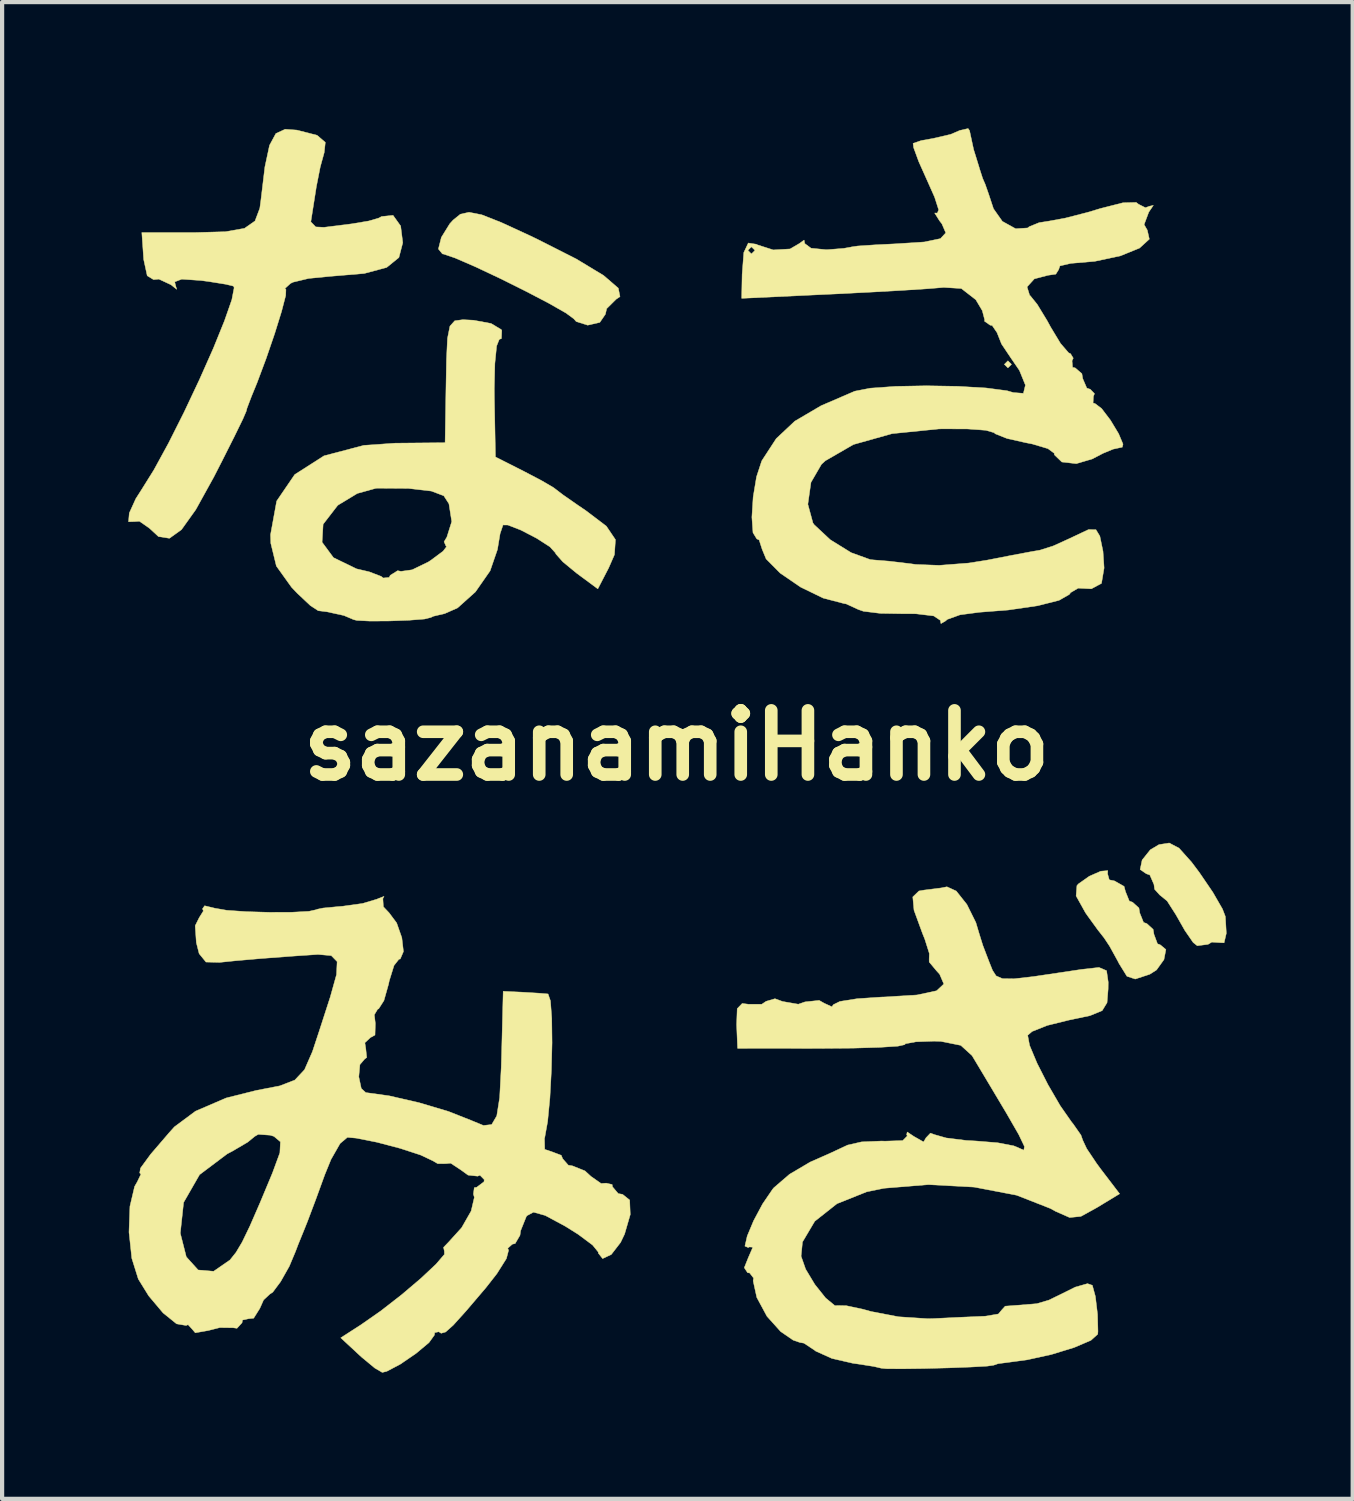
<source format=kicad_pcb>
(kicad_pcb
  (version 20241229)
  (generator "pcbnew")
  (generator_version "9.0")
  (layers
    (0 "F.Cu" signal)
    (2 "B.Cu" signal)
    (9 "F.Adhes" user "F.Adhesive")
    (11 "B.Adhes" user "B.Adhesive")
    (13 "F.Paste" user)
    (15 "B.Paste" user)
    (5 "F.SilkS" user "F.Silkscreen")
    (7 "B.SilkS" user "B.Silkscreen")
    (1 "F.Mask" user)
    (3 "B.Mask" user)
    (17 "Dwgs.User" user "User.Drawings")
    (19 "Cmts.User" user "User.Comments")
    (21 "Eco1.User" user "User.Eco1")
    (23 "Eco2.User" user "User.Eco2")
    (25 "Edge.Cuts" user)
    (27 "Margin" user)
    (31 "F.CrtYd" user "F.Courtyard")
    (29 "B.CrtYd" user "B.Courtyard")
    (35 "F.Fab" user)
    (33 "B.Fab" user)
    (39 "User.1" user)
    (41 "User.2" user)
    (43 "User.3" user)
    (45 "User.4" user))
  (footprint "sazanamiHanko"
    (layer "F.Cu")
    (at 13.032 14.669)
    (property "Reference" "sazanamiHanko" (at 0 0 0) (layer "F.SilkS") (effects (font (size 1.524 1.524) (thickness 0.3))))
    (attr through_hole)
    (fp_poly (pts (xy 7.959 -9.059) (xy 7.874 -8.975) (xy 7.789 -9.059) (xy 7.874 -9.144) (xy 7.959 -9.059)) (stroke (width 0.01) (type solid)) (fill yes) (layer "F.SilkS"))
    (fp_poly (pts (xy 11.941 2.439) (xy 12.24 2.773) (xy 12.421 3.014) (xy 12.746 3.491) (xy 12.974 3.887) (xy 13.042 4.064) (xy 13.065 4.464) (xy 13.012 4.69) (xy 12.927 4.686) (xy 12.719 4.673) (xy 12.631 4.726) (xy 12.374 4.759) (xy 12.277 4.682) (xy 12.079 4.395) (xy 11.867 4.022) (xy 11.658 3.695) (xy 11.488 3.556) (xy 11.486 3.556) (xy 11.361 3.418) (xy 11.345 3.302) (xy 11.247 3.077) (xy 11.164 3.048) (xy 11.017 2.948) (xy 11.064 2.722) (xy 11.258 2.479) (xy 11.464 2.356) (xy 11.708 2.317) (xy 11.941 2.439)) (stroke (width 0.01) (type solid)) (fill yes) (layer "F.SilkS"))
    (fp_poly (pts (xy -4.631 -12.614) (xy -4.167 -12.431) (xy -3.477 -12.113) (xy -3.327 -12.041) (xy -2.385 -11.564) (xy -1.735 -11.171) (xy -1.386 -10.87) (xy -1.346 -10.668) (xy -1.436 -10.608) (xy -1.663 -10.383) (xy -1.693 -10.25) (xy -1.826 -10.056) (xy -2.114 -9.99) (xy -2.387 -10.077) (xy -2.444 -10.142) (xy -2.632 -10.28) (xy -3.045 -10.515) (xy -3.599 -10.804) (xy -4.21 -11.108) (xy -4.794 -11.383) (xy -5.267 -11.588) (xy -5.546 -11.682) (xy -5.566 -11.684) (xy -5.662 -11.801) (xy -5.592 -12.078) (xy -5.392 -12.401) (xy -5.313 -12.488) (xy -5.14 -12.628) (xy -4.934 -12.674) (xy -4.631 -12.614)) (stroke (width 0.01) (type solid)) (fill yes) (layer "F.SilkS"))
    (fp_poly (pts (xy 10.243 3.05) (xy 10.283 3.193) (xy 10.404 3.217) (xy 10.635 3.348) (xy 10.668 3.471) (xy 10.759 3.697) (xy 10.837 3.725) (xy 10.988 3.862) (xy 11.007 3.979) (xy 11.098 4.205) (xy 11.176 4.233) (xy 11.326 4.37) (xy 11.345 4.487) (xy 11.429 4.713) (xy 11.5 4.741) (xy 11.629 4.849) (xy 11.583 5.088) (xy 11.407 5.334) (xy 11.246 5.437) (xy 10.899 5.551) (xy 10.703 5.485) (xy 10.515 5.181) (xy 10.485 5.122) (xy 10.29 4.768) (xy 10.16 4.572) (xy 10.015 4.388) (xy 9.767 4.046) (xy 9.718 3.976) (xy 9.495 3.575) (xy 9.514 3.33) (xy 9.549 3.29) (xy 9.81 3.106) (xy 10.08 2.988) (xy 10.248 2.974) (xy 10.243 3.05)) (stroke (width 0.01) (type solid)) (fill yes) (layer "F.SilkS"))
    (fp_poly (pts (xy -9.026 -14.627) (xy -8.546 -14.504) (xy -8.35 -14.336) (xy -8.376 -14.094) (xy -8.47 -13.752) (xy -8.565 -13.271) (xy -8.572 -13.223) (xy -8.643 -12.773) (xy -8.691 -12.468) (xy -8.694 -12.446) (xy -8.578 -12.326) (xy -8.382 -12.316) (xy -7.721 -12.399) (xy -7.316 -12.467) (xy -7.086 -12.534) (xy -7.012 -12.573) (xy -6.74 -12.601) (xy -6.559 -12.348) (xy -6.509 -11.95) (xy -6.601 -11.598) (xy -6.892 -11.362) (xy -7.425 -11.219) (xy -8.247 -11.15) (xy -8.746 -11.101) (xy -9.117 -11.012) (xy -9.178 -10.982) (xy -9.312 -10.86) (xy -9.286 -10.84) (xy -9.292 -10.694) (xy -9.39 -10.316) (xy -9.554 -9.788) (xy -9.757 -9.196) (xy -9.972 -8.622) (xy -10.105 -8.297) (xy -10.211 -8.018) (xy -10.23 -7.944) (xy -10.309 -7.76) (xy -10.511 -7.346) (xy -10.8 -6.772) (xy -11.002 -6.378) (xy -11.428 -5.607) (xy -11.769 -5.13) (xy -12.055 -4.925) (xy -12.316 -4.966) (xy -12.529 -5.163) (xy -12.768 -5.33) (xy -12.889 -5.322) (xy -13.027 -5.318) (xy -13.009 -5.525) (xy -12.854 -5.867) (xy -12.724 -6.07) (xy -12.425 -6.549) (xy -12.076 -7.188) (xy -11.706 -7.924) (xy -11.342 -8.696) (xy -11.012 -9.439) (xy -10.747 -10.093) (xy -10.572 -10.594) (xy -10.517 -10.88) (xy -10.532 -10.918) (xy -10.716 -10.963) (xy -11.117 -11.027) (xy -11.303 -11.052) (xy -11.762 -11.084) (xy -11.929 -11.02) (xy -11.913 -10.948) (xy -11.882 -10.842) (xy -12.018 -10.951) (xy -12.306 -11.085) (xy -12.432 -11.073) (xy -12.583 -11.165) (xy -12.667 -11.552) (xy -12.67 -11.595) (xy -12.711 -12.192) (xy -11.445 -12.192) (xy -10.723 -12.212) (xy -10.271 -12.292) (xy -10.021 -12.467) (xy -9.907 -12.769) (xy -9.882 -12.954) (xy -9.786 -13.753) (xy -9.676 -14.266) (xy -9.525 -14.546) (xy -9.305 -14.647) (xy -9.026 -14.627)) (stroke (width 0.01) (type solid)) (fill yes) (layer "F.SilkS"))
    (fp_poly (pts (xy -4.828 -10.108) (xy -4.411 -10.031) (xy -4.168 -9.886) (xy -4.156 -9.864) (xy -4.164 -9.672) (xy -4.216 -9.652) (xy -4.278 -9.496) (xy -4.32 -9.08) (xy -4.334 -8.484) (xy -4.332 -8.255) (xy -4.306 -6.858) (xy -3.635 -6.519) (xy -3.208 -6.295) (xy -2.926 -6.13) (xy -2.879 -6.094) (xy -2.697 -5.955) (xy -2.339 -5.706) (xy -2.162 -5.586) (xy -1.671 -5.214) (xy -1.454 -4.893) (xy -1.478 -4.535) (xy -1.615 -4.221) (xy -1.873 -3.723) (xy -2.376 -4.095) (xy -2.704 -4.365) (xy -2.873 -4.556) (xy -2.879 -4.577) (xy -3.011 -4.722) (xy -3.326 -4.925) (xy -3.7 -5.119) (xy -4.01 -5.24) (xy -4.126 -5.242) (xy -4.196 -5.035) (xy -4.259 -4.657) (xy -4.433 -4.152) (xy -4.782 -3.651) (xy -5.207 -3.27) (xy -5.513 -3.135) (xy -5.782 -3.072) (xy -5.842 -3.043) (xy -5.992 -3.006) (xy -6.361 -2.977) (xy -6.832 -2.96) (xy -7.285 -2.957) (xy -7.602 -2.973) (xy -7.677 -2.992) (xy -7.908 -3.09) (xy -8.312 -3.178) (xy -8.519 -3.204) (xy -8.707 -3.327) (xy -9.019 -3.621) (xy -9.154 -3.763) (xy -9.514 -4.266) (xy -9.646 -4.808) (xy -9.646 -4.832) (xy -8.427 -4.832) (xy -8.156 -4.465) (xy -7.608 -4.199) (xy -7.308 -4.129) (xy -7.023 -4.02) (xy -6.973 -3.981) (xy -6.832 -3.995) (xy -6.808 -4.044) (xy -6.631 -4.155) (xy -6.551 -4.139) (xy -6.287 -4.176) (xy -5.903 -4.362) (xy -5.842 -4.402) (xy -5.55 -4.619) (xy -5.463 -4.734) (xy -5.482 -4.74) (xy -5.527 -4.843) (xy -5.461 -4.953) (xy -5.345 -5.322) (xy -5.412 -5.746) (xy -5.534 -5.935) (xy -5.829 -6.047) (xy -6.378 -6.111) (xy -7.102 -6.116) (xy -7.145 -6.114) (xy -7.589 -5.991) (xy -8.039 -5.719) (xy -8.06 -5.702) (xy -8.402 -5.259) (xy -8.427 -4.832) (xy -9.646 -4.832) (xy -9.652 -5.01) (xy -9.506 -5.811) (xy -9.077 -6.44) (xy -8.381 -6.885) (xy -7.435 -7.134) (xy -6.689 -7.186) (xy -5.503 -7.197) (xy -5.484 -8.382) (xy -5.47 -9.17) (xy -5.446 -9.678) (xy -5.388 -9.967) (xy -5.274 -10.095) (xy -5.081 -10.121) (xy -4.828 -10.108)) (stroke (width 0.01) (type solid)) (fill yes) (layer "F.SilkS"))
    (fp_poly (pts (xy 6.646 3.459) (xy 6.899 3.778) (xy 7.112 4.207) (xy 7.188 4.462) (xy 7.278 4.751) (xy 7.426 5.138) (xy 7.508 5.343) (xy 7.593 5.475) (xy 7.743 5.541) (xy 8.018 5.545) (xy 8.48 5.492) (xy 9.189 5.387) (xy 9.621 5.322) (xy 10.039 5.275) (xy 10.219 5.352) (xy 10.258 5.623) (xy 10.256 5.787) (xy 10.23 6.113) (xy 10.114 6.302) (xy 9.824 6.421) (xy 9.325 6.526) (xy 8.807 6.654) (xy 8.447 6.798) (xy 8.344 6.888) (xy 8.389 7.127) (xy 8.567 7.552) (xy 8.827 8.063) (xy 9.117 8.562) (xy 9.388 8.95) (xy 9.42 8.988) (xy 9.61 9.26) (xy 9.652 9.38) (xy 9.746 9.581) (xy 9.983 9.935) (xy 10.09 10.08) (xy 10.529 10.655) (xy 9.985 10.985) (xy 9.609 11.192) (xy 9.341 11.219) (xy 9.005 11.071) (xy 8.887 11.005) (xy 8.081 10.689) (xy 7.073 10.496) (xy 5.984 10.437) (xy 4.931 10.523) (xy 4.517 10.608) (xy 3.812 10.89) (xy 3.283 11.308) (xy 2.991 11.801) (xy 2.958 12.138) (xy 3.066 12.446) (xy 3.285 12.81) (xy 3.541 13.131) (xy 3.761 13.313) (xy 3.848 13.311) (xy 4.034 13.315) (xy 4.428 13.399) (xy 4.623 13.453) (xy 5.275 13.578) (xy 5.973 13.624) (xy 6.096 13.621) (xy 6.688 13.592) (xy 7.221 13.569) (xy 7.334 13.564) (xy 7.647 13.512) (xy 7.728 13.415) (xy 7.809 13.326) (xy 8.099 13.304) (xy 8.559 13.267) (xy 8.848 13.182) (xy 9.256 12.982) (xy 9.475 12.873) (xy 9.766 12.79) (xy 9.881 12.83) (xy 9.953 13.094) (xy 10.004 13.518) (xy 10.014 13.926) (xy 10.009 13.992) (xy 9.847 14.138) (xy 9.447 14.309) (xy 8.908 14.474) (xy 8.326 14.602) (xy 7.959 14.651) (xy 7.64 14.693) (xy 7.535 14.729) (xy 7.382 14.751) (xy 6.989 14.773) (xy 6.454 14.793) (xy 5.876 14.808) (xy 5.352 14.815) (xy 4.982 14.812) (xy 4.862 14.8) (xy 4.688 14.759) (xy 4.303 14.699) (xy 4.188 14.683) (xy 3.69 14.568) (xy 3.307 14.395) (xy 3.273 14.369) (xy 3.025 14.205) (xy 2.931 14.189) (xy 2.769 14.133) (xy 2.472 13.929) (xy 2.147 13.567) (xy 1.905 13.118) (xy 1.819 12.725) (xy 1.829 12.658) (xy 1.735 12.536) (xy 1.687 12.531) (xy 1.608 12.412) (xy 1.704 12.172) (xy 1.812 11.924) (xy 1.727 11.918) (xy 1.702 11.933) (xy 1.623 11.899) (xy 1.678 11.658) (xy 1.83 11.295) (xy 2.043 10.896) (xy 2.281 10.547) (xy 2.31 10.512) (xy 2.684 10.19) (xy 3.172 9.902) (xy 3.217 9.882) (xy 3.677 9.678) (xy 4.03 9.513) (xy 4.064 9.497) (xy 4.396 9.421) (xy 4.877 9.401) (xy 4.949 9.404) (xy 5.374 9.39) (xy 5.482 9.281) (xy 5.467 9.249) (xy 5.481 9.186) (xy 5.64 9.292) (xy 5.87 9.423) (xy 5.927 9.324) (xy 6.033 9.213) (xy 6.127 9.248) (xy 6.408 9.328) (xy 6.884 9.387) (xy 7.116 9.4) (xy 7.631 9.442) (xy 8.012 9.515) (xy 8.101 9.551) (xy 8.252 9.619) (xy 8.267 9.531) (xy 8.132 9.248) (xy 7.832 8.727) (xy 7.759 8.605) (xy 7.437 8.065) (xy 7.159 7.6) (xy 7.021 7.37) (xy 6.754 7.127) (xy 6.28 7.032) (xy 6.12 7.027) (xy 5.687 7.042) (xy 5.44 7.088) (xy 5.419 7.111) (xy 5.26 7.146) (xy 4.83 7.174) (xy 4.193 7.193) (xy 3.434 7.199) (xy 1.449 7.197) (xy 1.426 6.633) (xy 1.44 6.254) (xy 1.559 6.131) (xy 1.717 6.151) (xy 2.022 6.151) (xy 2.127 6.08) (xy 2.338 6.018) (xy 2.517 6.084) (xy 2.892 6.149) (xy 3.051 6.094) (xy 3.388 6.058) (xy 3.508 6.126) (xy 3.691 6.21) (xy 3.726 6.159) (xy 3.881 6.083) (xy 4.29 6.018) (xy 4.869 5.979) (xy 4.937 5.977) (xy 5.716 5.929) (xy 6.18 5.829) (xy 6.351 5.668) (xy 6.25 5.434) (xy 6.179 5.357) (xy 6.003 5.146) (xy 6.002 5.08) (xy 6.006 4.943) (xy 5.898 4.601) (xy 5.844 4.467) (xy 5.642 3.915) (xy 5.613 3.599) (xy 5.759 3.458) (xy 5.886 3.436) (xy 6.29 3.385) (xy 6.425 3.358) (xy 6.646 3.459)) (stroke (width 0.01) (type solid)) (fill yes) (layer "F.SilkS"))
    (fp_poly (pts (xy 6.962 -14.615) (xy 7.059 -14.165) (xy 7.107 -14.012) (xy 7.192 -13.736) (xy 7.197 -13.716) (xy 7.274 -13.478) (xy 7.281 -13.462) (xy 7.334 -13.34) (xy 7.417 -13.103) (xy 7.531 -12.758) (xy 7.742 -12.458) (xy 8.058 -12.283) (xy 8.343 -12.301) (xy 8.38 -12.331) (xy 8.615 -12.427) (xy 8.856 -12.465) (xy 9.232 -12.534) (xy 9.773 -12.673) (xy 10.075 -12.764) (xy 10.609 -12.9) (xy 10.923 -12.908) (xy 10.979 -12.865) (xy 11.143 -12.782) (xy 11.233 -12.816) (xy 11.331 -12.838) (xy 11.222 -12.678) (xy 11.111 -12.381) (xy 11.187 -12.249) (xy 11.235 -12.035) (xy 11.003 -11.823) (xy 10.551 -11.639) (xy 9.939 -11.508) (xy 9.367 -11.459) (xy 9.11 -11.399) (xy 9.08 -11.311) (xy 9.012 -11.203) (xy 8.825 -11.176) (xy 8.502 -11.091) (xy 8.329 -10.9) (xy 8.39 -10.702) (xy 8.404 -10.691) (xy 8.572 -10.483) (xy 8.808 -10.095) (xy 8.888 -9.948) (xy 9.124 -9.557) (xy 9.317 -9.333) (xy 9.362 -9.313) (xy 9.427 -9.207) (xy 9.398 -9.144) (xy 9.411 -8.988) (xy 9.473 -8.975) (xy 9.632 -8.838) (xy 9.652 -8.721) (xy 9.749 -8.495) (xy 9.831 -8.467) (xy 9.932 -8.363) (xy 9.906 -8.297) (xy 9.898 -8.14) (xy 9.944 -8.128) (xy 10.1 -8.01) (xy 10.311 -7.733) (xy 10.505 -7.412) (xy 10.61 -7.162) (xy 10.593 -7.091) (xy 10.372 -7.043) (xy 10.138 -6.946) (xy 9.876 -6.81) (xy 9.499 -6.699) (xy 9.156 -6.738) (xy 8.979 -6.908) (xy 8.975 -6.946) (xy 8.825 -7.056) (xy 8.452 -7.167) (xy 8.298 -7.197) (xy 7.854 -7.297) (xy 7.576 -7.407) (xy 7.545 -7.435) (xy 7.35 -7.492) (xy 6.908 -7.524) (xy 6.309 -7.526) (xy 6.229 -7.524) (xy 5.121 -7.412) (xy 4.203 -7.154) (xy 3.536 -6.769) (xy 3.442 -6.683) (xy 3.193 -6.254) (xy 3.119 -5.734) (xy 3.24 -5.289) (xy 3.27 -5.247) (xy 3.654 -4.889) (xy 4.149 -4.583) (xy 4.602 -4.419) (xy 4.679 -4.411) (xy 5.049 -4.381) (xy 5.563 -4.32) (xy 5.682 -4.303) (xy 6.241 -4.282) (xy 6.938 -4.336) (xy 7.375 -4.405) (xy 7.958 -4.519) (xy 8.427 -4.607) (xy 8.636 -4.643) (xy 8.953 -4.744) (xy 9.384 -4.94) (xy 9.424 -4.96) (xy 9.787 -5.131) (xy 9.966 -5.13) (xy 10.059 -4.977) (xy 10.134 -4.616) (xy 10.16 -4.219) (xy 10.098 -3.853) (xy 9.858 -3.724) (xy 9.544 -3.74) (xy 9.366 -3.635) (xy 9.332 -3.589) (xy 9.088 -3.45) (xy 8.581 -3.322) (xy 7.887 -3.221) (xy 7.197 -3.167) (xy 6.736 -3.106) (xy 6.432 -2.997) (xy 6.395 -2.963) (xy 6.282 -2.897) (xy 6.268 -2.975) (xy 6.11 -3.08) (xy 5.685 -3.131) (xy 5.376 -3.132) (xy 4.84 -3.141) (xy 4.441 -3.19) (xy 4.318 -3.233) (xy 4.029 -3.366) (xy 3.979 -3.374) (xy 3.482 -3.504) (xy 2.944 -3.766) (xy 2.461 -4.097) (xy 2.127 -4.434) (xy 2.032 -4.665) (xy 1.961 -4.885) (xy 1.905 -4.911) (xy 1.815 -5.058) (xy 1.789 -5.426) (xy 1.819 -5.906) (xy 1.899 -6.387) (xy 2.021 -6.759) (xy 2.028 -6.773) (xy 2.367 -7.294) (xy 2.809 -7.709) (xy 3.433 -8.076) (xy 4.233 -8.421) (xy 4.604 -8.493) (xy 5.205 -8.536) (xy 5.934 -8.55) (xy 6.688 -8.537) (xy 7.362 -8.497) (xy 7.854 -8.432) (xy 8.001 -8.389) (xy 8.242 -8.37) (xy 8.29 -8.566) (xy 8.148 -8.915) (xy 7.959 -9.19) (xy 7.722 -9.544) (xy 7.62 -9.801) (xy 7.62 -9.806) (xy 7.5 -9.983) (xy 7.451 -9.991) (xy 7.318 -10.084) (xy 7.322 -10.118) (xy 7.265 -10.336) (xy 7.111 -10.595) (xy 6.767 -10.862) (xy 6.35 -10.888) (xy 5.987 -10.858) (xy 5.371 -10.818) (xy 4.587 -10.774) (xy 3.72 -10.73) (xy 3.694 -10.729) (xy 1.546 -10.628) (xy 1.557 -11.198) (xy 1.597 -11.718) (xy 1.621 -11.769) (xy 1.693 -11.769) (xy 1.778 -11.684) (xy 1.863 -11.769) (xy 1.778 -11.853) (xy 1.693 -11.769) (xy 1.621 -11.769) (xy 1.703 -11.943) (xy 1.895 -11.914) (xy 1.917 -11.901) (xy 2.296 -11.779) (xy 2.696 -11.802) (xy 2.918 -11.932) (xy 3.03 -12.013) (xy 3.045 -11.931) (xy 3.195 -11.82) (xy 3.555 -11.784) (xy 3.598 -11.786) (xy 3.973 -11.816) (xy 4.147 -11.847) (xy 4.149 -11.849) (xy 4.303 -11.872) (xy 4.705 -11.899) (xy 5.207 -11.924) (xy 5.888 -11.968) (xy 6.271 -12.048) (xy 6.397 -12.185) (xy 6.305 -12.399) (xy 6.247 -12.474) (xy 6.133 -12.656) (xy 6.195 -12.655) (xy 6.229 -12.73) (xy 6.131 -13.035) (xy 5.969 -13.399) (xy 5.756 -13.875) (xy 5.633 -14.21) (xy 5.62 -14.312) (xy 5.814 -14.378) (xy 6.099 -14.429) (xy 6.511 -14.525) (xy 6.731 -14.619) (xy 6.928 -14.664) (xy 6.962 -14.615)) (stroke (width 0.01) (type solid)) (fill yes) (layer "F.SilkS"))
    (fp_poly (pts (xy -6.982 3.639) (xy -6.97 3.833) (xy -6.835 3.975) (xy -6.654 4.218) (xy -6.531 4.569) (xy -6.493 4.897) (xy -6.569 5.074) (xy -6.6 5.08) (xy -6.717 5.228) (xy -6.83 5.592) (xy -6.847 5.673) (xy -6.957 6.063) (xy -7.083 6.26) (xy -7.104 6.265) (xy -7.185 6.4) (xy -7.161 6.604) (xy -7.169 6.882) (xy -7.28 6.943) (xy -7.41 7.065) (xy -7.389 7.197) (xy -7.366 7.416) (xy -7.414 7.451) (xy -7.528 7.585) (xy -7.554 7.875) (xy -7.495 8.152) (xy -7.389 8.249) (xy -6.833 8.326) (xy -6.124 8.489) (xy -5.422 8.698) (xy -4.887 8.909) (xy -4.878 8.913) (xy -4.591 9.031) (xy -4.396 9.009) (xy -4.275 8.803) (xy -4.206 8.367) (xy -4.169 7.654) (xy -4.159 7.31) (xy -4.122 5.842) (xy -3.67 5.863) (xy -3.271 5.887) (xy -3.056 5.905) (xy -2.999 6.069) (xy -2.968 6.484) (xy -2.961 7.065) (xy -2.977 7.725) (xy -3.012 8.378) (xy -3.066 8.938) (xy -3.135 9.32) (xy -3.141 9.338) (xy -3.135 9.599) (xy -2.975 9.652) (xy -2.742 9.74) (xy -2.709 9.821) (xy -2.574 9.975) (xy -2.476 9.991) (xy -2.179 10.11) (xy -2.034 10.243) (xy -1.795 10.41) (xy -1.674 10.402) (xy -1.533 10.434) (xy -1.524 10.489) (xy -1.388 10.65) (xy -1.285 10.668) (xy -1.116 10.803) (xy -1.102 11.148) (xy -1.237 11.613) (xy -1.333 11.813) (xy -1.553 12.098) (xy -1.759 12.195) (xy -1.862 12.065) (xy -1.863 12.039) (xy -1.997 11.874) (xy -2.342 11.617) (xy -2.645 11.427) (xy -3.123 11.17) (xy -3.402 11.092) (xy -3.558 11.176) (xy -3.574 11.199) (xy -3.708 11.533) (xy -3.723 11.642) (xy -3.838 11.838) (xy -3.905 11.853) (xy -4.014 11.95) (xy -3.994 11.998) (xy -4.046 12.195) (xy -4.273 12.555) (xy -4.533 12.887) (xy -5.006 13.442) (xy -5.309 13.778) (xy -5.491 13.94) (xy -5.597 13.97) (xy -5.653 13.934) (xy -5.751 13.955) (xy -5.757 14.013) (xy -5.886 14.192) (xy -6.196 14.451) (xy -6.569 14.706) (xy -6.89 14.875) (xy -6.996 14.901) (xy -7.174 14.797) (xy -7.482 14.542) (xy -7.539 14.49) (xy -7.983 14.078) (xy -7.505 13.77) (xy -7.031 13.439) (xy -6.535 13.053) (xy -6.078 12.665) (xy -5.719 12.328) (xy -5.519 12.095) (xy -5.521 12.017) (xy -5.54 11.928) (xy -5.419 11.802) (xy -5.11 11.461) (xy -4.884 11.065) (xy -4.808 10.74) (xy -4.83 10.661) (xy -4.81 10.51) (xy -4.751 10.499) (xy -4.579 10.369) (xy -4.572 10.319) (xy -4.674 10.214) (xy -4.728 10.236) (xy -4.957 10.211) (xy -5.131 10.085) (xy -5.371 9.927) (xy -5.479 9.938) (xy -5.678 9.939) (xy -5.796 9.87) (xy -6.083 9.734) (xy -6.57 9.575) (xy -7.125 9.429) (xy -7.614 9.332) (xy -7.825 9.313) (xy -7.999 9.46) (xy -8.215 9.839) (xy -8.363 10.202) (xy -8.576 10.788) (xy -8.771 11.305) (xy -8.855 11.515) (xy -8.994 11.857) (xy -9.057 12.023) (xy -9.206 12.378) (xy -9.413 12.744) (xy -9.6 12.995) (xy -9.668 13.039) (xy -9.817 13.178) (xy -9.907 13.38) (xy -10.053 13.612) (xy -10.172 13.624) (xy -10.318 13.655) (xy -10.329 13.72) (xy -10.45 13.852) (xy -10.541 13.839) (xy -10.857 13.835) (xy -11.134 13.905) (xy -11.441 13.959) (xy -11.515 13.871) (xy -11.612 13.766) (xy -11.658 13.785) (xy -11.885 13.746) (xy -12.206 13.487) (xy -12.548 13.081) (xy -12.795 12.681) (xy -12.949 12.189) (xy -13.013 11.592) (xy -11.797 11.592) (xy -11.654 12.154) (xy -11.372 12.466) (xy -11.005 12.497) (xy -10.616 12.228) (xy -10.473 12.049) (xy -10.326 11.802) (xy -10.144 11.425) (xy -9.895 10.853) (xy -9.606 10.16) (xy -9.43 9.681) (xy -9.417 9.419) (xy -9.571 9.29) (xy -9.661 9.262) (xy -9.943 9.242) (xy -10.025 9.289) (xy -10.195 9.428) (xy -10.556 9.64) (xy -10.68 9.705) (xy -11.339 10.201) (xy -11.718 10.861) (xy -11.797 11.592) (xy -13.013 11.592) (xy -13.016 11.569) (xy -12.994 10.954) (xy -12.883 10.481) (xy -12.82 10.372) (xy -12.732 10.189) (xy -12.762 10.16) (xy -12.743 10.045) (xy -12.502 9.716) (xy -12.059 9.2) (xy -11.938 9.065) (xy -11.435 8.691) (xy -10.708 8.378) (xy -9.991 8.198) (xy -9.429 8.089) (xy -9.074 7.951) (xy -8.844 7.705) (xy -8.656 7.275) (xy -8.492 6.779) (xy -8.232 5.976) (xy -8.084 5.446) (xy -8.069 5.136) (xy -8.208 4.994) (xy -8.522 4.966) (xy -9.032 5) (xy -9.198 5.012) (xy -9.875 5.063) (xy -10.474 5.115) (xy -10.862 5.155) (xy -11.186 5.147) (xy -11.349 4.947) (xy -11.416 4.683) (xy -11.443 4.284) (xy -11.348 4.093) (xy -11.248 3.933) (xy -11.269 3.881) (xy -11.218 3.809) (xy -10.974 3.868) (xy -10.692 3.917) (xy -10.226 3.949) (xy -9.676 3.965) (xy -9.146 3.963) (xy -8.738 3.941) (xy -8.554 3.9) (xy -8.551 3.894) (xy -8.402 3.863) (xy -8.034 3.828) (xy -7.943 3.821) (xy -7.467 3.755) (xy -7.118 3.651) (xy -7.097 3.64) (xy -6.954 3.586) (xy -6.982 3.639)) (stroke (width 0.01) (type solid)) (fill yes) (layer "F.SilkS")))
  (gr_rect
    (start -3 -3)
    (end 29.101 32.575)
    (stroke (width 0.1) (type default))
    (fill no)
    (layer "Edge.Cuts")))
</source>
